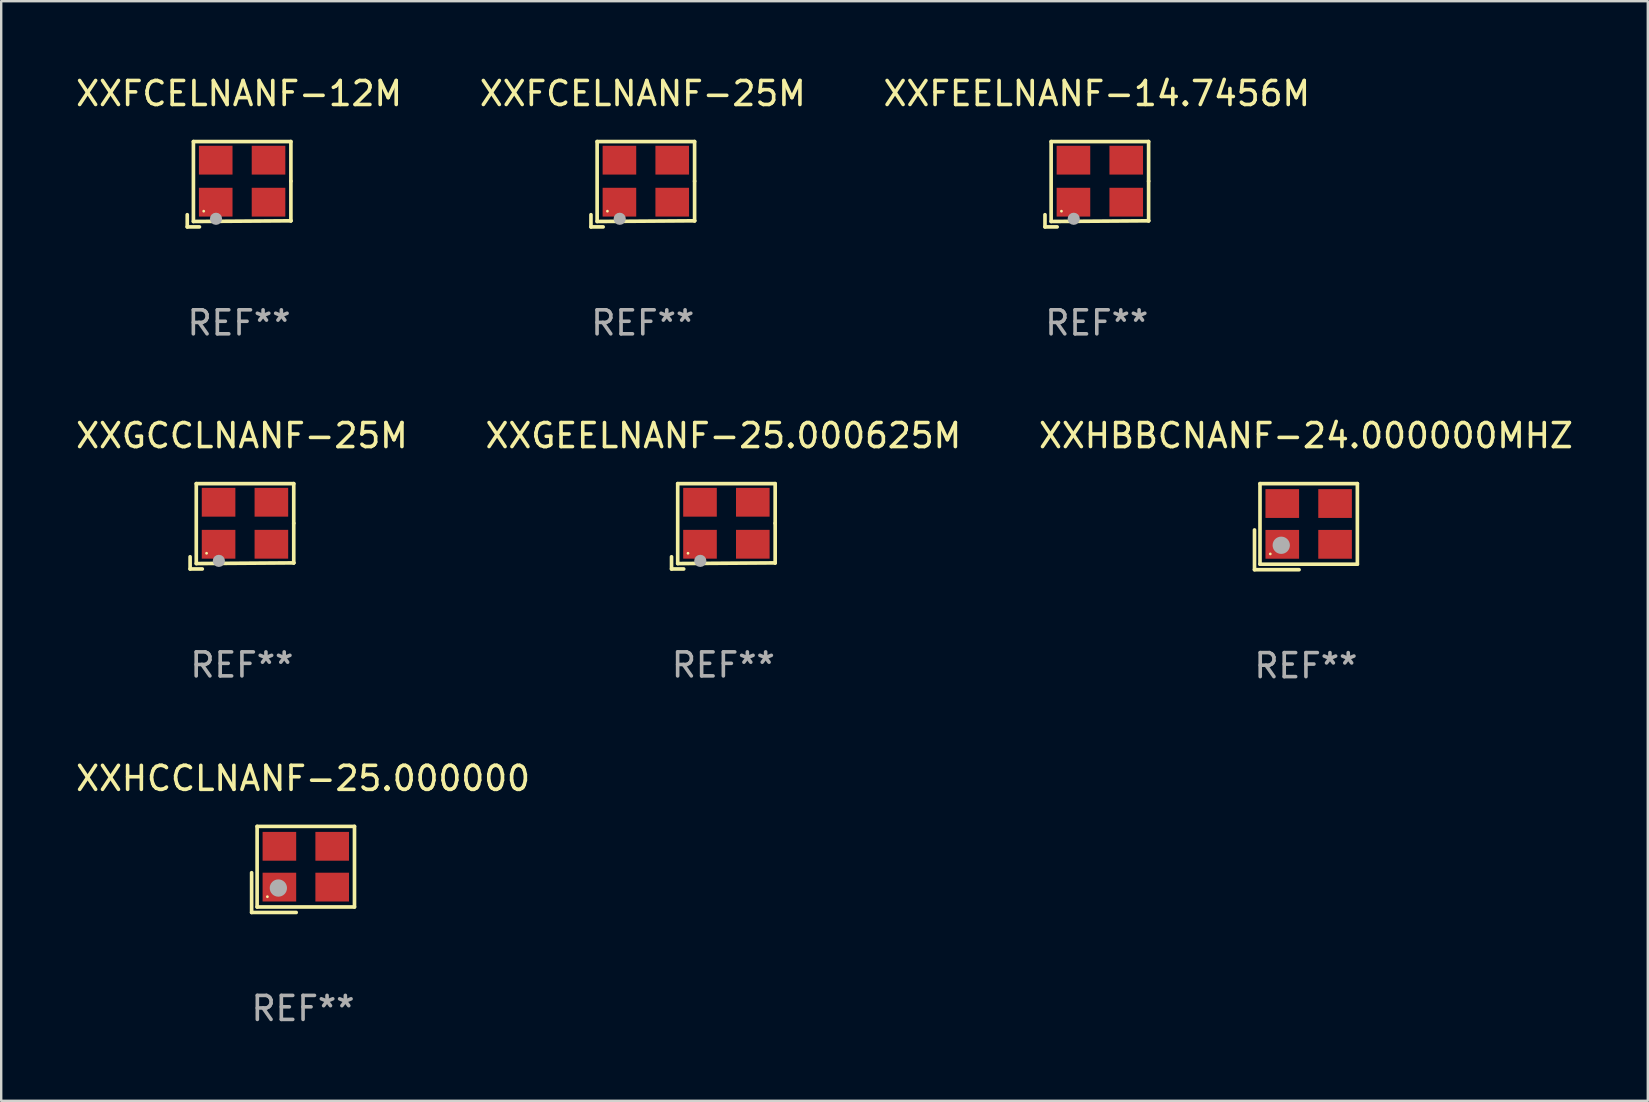
<source format=kicad_pcb>
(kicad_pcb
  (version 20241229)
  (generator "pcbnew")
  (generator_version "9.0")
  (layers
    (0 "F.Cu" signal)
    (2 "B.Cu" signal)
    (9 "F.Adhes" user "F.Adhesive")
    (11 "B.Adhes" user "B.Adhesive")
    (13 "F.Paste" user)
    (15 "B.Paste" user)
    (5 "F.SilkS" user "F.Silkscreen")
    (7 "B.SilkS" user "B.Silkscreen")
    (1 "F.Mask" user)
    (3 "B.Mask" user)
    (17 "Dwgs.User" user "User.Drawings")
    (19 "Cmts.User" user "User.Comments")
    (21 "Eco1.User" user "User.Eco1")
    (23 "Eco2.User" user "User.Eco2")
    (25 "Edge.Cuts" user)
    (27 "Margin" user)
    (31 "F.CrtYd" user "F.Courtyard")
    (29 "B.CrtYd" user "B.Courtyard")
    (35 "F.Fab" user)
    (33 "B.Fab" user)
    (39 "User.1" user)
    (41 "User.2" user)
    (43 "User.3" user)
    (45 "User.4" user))
  (footprint "XXFCELNANF-12M"
    (layer "F.Cu")
    (at 6.911 4.626)
    (property "Reference" "XXFCELNANF-12M" (at 0 -3.778 0) (layer "F.SilkS") (effects (font (size 1 1) (thickness 0.15))))
    (attr through_hole)
    (fp_line (start -2.159 1.27) (end -2.159 1.778) (stroke (width 0.152) (type solid)) (layer "F.SilkS"))
    (fp_line (start -2.159 1.778) (end -1.651 1.778) (stroke (width 0.152) (type solid)) (layer "F.SilkS"))
    (fp_line (start -1.902 -1.778) (end 2.159 -1.778) (stroke (width 0.152) (type solid)) (layer "F.SilkS"))
    (fp_line (start -1.902 1.552) (end -1.902 -1.778) (stroke (width 0.152) (type solid)) (layer "F.SilkS"))
    (fp_line (start 2.159 -1.778) (end 2.159 -0.127) (stroke (width 0.152) (type solid)) (layer "F.SilkS"))
    (fp_line (start 2.159 -0.127) (end 2.159 1.524) (stroke (width 0.152) (type solid)) (layer "F.SilkS"))
    (fp_line (start 2.159 1.524) (end -1.902 1.552) (stroke (width 0.152) (type solid)) (layer "F.SilkS"))
    (fp_line (start 2.159 1.524) (end 2.159 1.524) (stroke (width 0.152) (type solid)) (layer "F.SilkS"))
    (fp_circle (center -1.473 1.123) (end -1.443 1.123) (stroke (width 0.06) (type solid)) (fill no) (layer "F.SilkS"))
    (fp_circle (center -0.961 1.44) (end -0.834 1.44) (stroke (width 0.254) (type solid)) (fill no) (layer "F.Fab"))
    (fp_text user "REF**" (at 0 5.778 0) (layer "F.Fab") (effects (font (size 1 1) (thickness 0.15))))
    (pad "1" smd rect (at -0.973 0.748) (size 1.4 1.2) (layers "F.Cu" "F.Mask" "F.Paste"))
    (pad "2" smd rect (at 1.227 0.748) (size 1.4 1.2) (layers "F.Cu" "F.Mask" "F.Paste"))
    (pad "3" smd rect (at 1.227 -1.002) (size 1.4 1.2) (layers "F.Cu" "F.Mask" "F.Paste"))
    (pad "4" smd rect (at -0.973 -1.002) (size 1.4 1.2) (layers "F.Cu" "F.Mask" "F.Paste")))
  (footprint "XXFCELNANF-25M"
    (layer "F.Cu")
    (at 23.732 4.626)
    (property "Reference" "XXFCELNANF-25M" (at 0 -3.778 0) (layer "F.SilkS") (effects (font (size 1 1) (thickness 0.15))))
    (attr through_hole)
    (fp_line (start -2.159 1.27) (end -2.159 1.778) (stroke (width 0.152) (type solid)) (layer "F.SilkS"))
    (fp_line (start -2.159 1.778) (end -1.651 1.778) (stroke (width 0.152) (type solid)) (layer "F.SilkS"))
    (fp_line (start -1.902 -1.778) (end 2.159 -1.778) (stroke (width 0.152) (type solid)) (layer "F.SilkS"))
    (fp_line (start -1.902 1.552) (end -1.902 -1.778) (stroke (width 0.152) (type solid)) (layer "F.SilkS"))
    (fp_line (start 2.159 -1.778) (end 2.159 -0.127) (stroke (width 0.152) (type solid)) (layer "F.SilkS"))
    (fp_line (start 2.159 -0.127) (end 2.159 1.524) (stroke (width 0.152) (type solid)) (layer "F.SilkS"))
    (fp_line (start 2.159 1.524) (end -1.902 1.552) (stroke (width 0.152) (type solid)) (layer "F.SilkS"))
    (fp_line (start 2.159 1.524) (end 2.159 1.524) (stroke (width 0.152) (type solid)) (layer "F.SilkS"))
    (fp_circle (center -1.473 1.123) (end -1.443 1.123) (stroke (width 0.06) (type solid)) (fill no) (layer "F.SilkS"))
    (fp_circle (center -0.961 1.44) (end -0.834 1.44) (stroke (width 0.254) (type solid)) (fill no) (layer "F.Fab"))
    (fp_text user "REF**" (at 0 5.778 0) (layer "F.Fab") (effects (font (size 1 1) (thickness 0.15))))
    (pad "1" smd rect (at -0.973 0.748) (size 1.4 1.2) (layers "F.Cu" "F.Mask" "F.Paste"))
    (pad "2" smd rect (at 1.227 0.748) (size 1.4 1.2) (layers "F.Cu" "F.Mask" "F.Paste"))
    (pad "3" smd rect (at 1.227 -1.002) (size 1.4 1.2) (layers "F.Cu" "F.Mask" "F.Paste"))
    (pad "4" smd rect (at -0.973 -1.002) (size 1.4 1.2) (layers "F.Cu" "F.Mask" "F.Paste")))
  (footprint "XXGEELNANF-25.000625M"
    (layer "F.Cu")
    (at 27.089 18.879)
    (property "Reference" "XXGEELNANF-25.000625M" (at 0 -3.778 0) (layer "F.SilkS") (effects (font (size 1 1) (thickness 0.15))))
    (attr through_hole)
    (fp_line (start -2.159 1.27) (end -2.159 1.778) (stroke (width 0.152) (type solid)) (layer "F.SilkS"))
    (fp_line (start -2.159 1.778) (end -1.651 1.778) (stroke (width 0.152) (type solid)) (layer "F.SilkS"))
    (fp_line (start -1.902 -1.778) (end 2.159 -1.778) (stroke (width 0.152) (type solid)) (layer "F.SilkS"))
    (fp_line (start -1.902 1.552) (end -1.902 -1.778) (stroke (width 0.152) (type solid)) (layer "F.SilkS"))
    (fp_line (start 2.159 -1.778) (end 2.159 -0.127) (stroke (width 0.152) (type solid)) (layer "F.SilkS"))
    (fp_line (start 2.159 -0.127) (end 2.159 1.524) (stroke (width 0.152) (type solid)) (layer "F.SilkS"))
    (fp_line (start 2.159 1.524) (end -1.902 1.552) (stroke (width 0.152) (type solid)) (layer "F.SilkS"))
    (fp_line (start 2.159 1.524) (end 2.159 1.524) (stroke (width 0.152) (type solid)) (layer "F.SilkS"))
    (fp_circle (center -1.473 1.123) (end -1.443 1.123) (stroke (width 0.06) (type solid)) (fill no) (layer "F.SilkS"))
    (fp_circle (center -0.961 1.44) (end -0.834 1.44) (stroke (width 0.254) (type solid)) (fill no) (layer "F.Fab"))
    (fp_text user "REF**" (at 0 5.778 0) (layer "F.Fab") (effects (font (size 1 1) (thickness 0.15))))
    (pad "1" smd rect (at -0.973 0.748) (size 1.4 1.2) (layers "F.Cu" "F.Mask" "F.Paste"))
    (pad "2" smd rect (at 1.227 0.748) (size 1.4 1.2) (layers "F.Cu" "F.Mask" "F.Paste"))
    (pad "3" smd rect (at 1.227 -1.002) (size 1.4 1.2) (layers "F.Cu" "F.Mask" "F.Paste"))
    (pad "4" smd rect (at -0.973 -1.002) (size 1.4 1.2) (layers "F.Cu" "F.Mask" "F.Paste")))
  (footprint "XXHBBCNANF-24.000000MHZ"
    (layer "F.Cu")
    (at 51.363 18.894)
    (property "Reference" "XXHBBCNANF-24.000000MHZ" (at 0 -3.793 0) (layer "F.SilkS") (effects (font (size 1 1) (thickness 0.15))))
    (attr through_hole)
    (fp_line (start -2.143 0.136) (end -2.143 1.793) (stroke (width 0.152) (type solid)) (layer "F.SilkS"))
    (fp_line (start -2.143 1.793) (end -0.286 1.793) (stroke (width 0.152) (type solid)) (layer "F.SilkS"))
    (fp_line (start -1.914 -1.793) (end 2.143 -1.793) (stroke (width 0.152) (type solid)) (layer "F.SilkS"))
    (fp_line (start -1.914 1.564) (end -1.914 -1.793) (stroke (width 0.152) (type solid)) (layer "F.SilkS"))
    (fp_line (start 2.143 -1.793) (end 2.143 1.564) (stroke (width 0.152) (type solid)) (layer "F.SilkS"))
    (fp_line (start 2.143 1.564) (end -1.914 1.564) (stroke (width 0.152) (type solid)) (layer "F.SilkS"))
    (fp_circle (center -1.486 1.136) (end -1.456 1.136) (stroke (width 0.06) (type solid)) (fill no) (layer "F.SilkS"))
    (fp_circle (center -1.029 0.775) (end -0.849 0.775) (stroke (width 0.36) (type solid)) (fill no) (layer "F.Fab"))
    (fp_text user "REF**" (at 0 5.793 0) (layer "F.Fab") (effects (font (size 1 1) (thickness 0.15))))
    (pad "1" smd rect (at -0.986 0.736) (size 1.4 1.2) (layers "F.Cu" "F.Mask" "F.Paste"))
    (pad "2" smd rect (at 1.214 0.736) (size 1.4 1.2) (layers "F.Cu" "F.Mask" "F.Paste"))
    (pad "3" smd rect (at 1.214 -0.964) (size 1.4 1.2) (layers "F.Cu" "F.Mask" "F.Paste"))
    (pad "4" smd rect (at -0.986 -0.964) (size 1.4 1.2) (layers "F.Cu" "F.Mask" "F.Paste")))
  (footprint "XXGCCLNANF-25M"
    (layer "F.Cu")
    (at 7.03 18.879)
    (property "Reference" "XXGCCLNANF-25M" (at 0 -3.778 0) (layer "F.SilkS") (effects (font (size 1 1) (thickness 0.15))))
    (attr through_hole)
    (fp_line (start -2.159 1.27) (end -2.159 1.778) (stroke (width 0.152) (type solid)) (layer "F.SilkS"))
    (fp_line (start -2.159 1.778) (end -1.651 1.778) (stroke (width 0.152) (type solid)) (layer "F.SilkS"))
    (fp_line (start -1.902 -1.778) (end 2.159 -1.778) (stroke (width 0.152) (type solid)) (layer "F.SilkS"))
    (fp_line (start -1.902 1.552) (end -1.902 -1.778) (stroke (width 0.152) (type solid)) (layer "F.SilkS"))
    (fp_line (start 2.159 -1.778) (end 2.159 -0.127) (stroke (width 0.152) (type solid)) (layer "F.SilkS"))
    (fp_line (start 2.159 -0.127) (end 2.159 1.524) (stroke (width 0.152) (type solid)) (layer "F.SilkS"))
    (fp_line (start 2.159 1.524) (end -1.902 1.552) (stroke (width 0.152) (type solid)) (layer "F.SilkS"))
    (fp_line (start 2.159 1.524) (end 2.159 1.524) (stroke (width 0.152) (type solid)) (layer "F.SilkS"))
    (fp_circle (center -1.473 1.123) (end -1.443 1.123) (stroke (width 0.06) (type solid)) (fill no) (layer "F.SilkS"))
    (fp_circle (center -0.961 1.44) (end -0.834 1.44) (stroke (width 0.254) (type solid)) (fill no) (layer "F.Fab"))
    (fp_text user "REF**" (at 0 5.778 0) (layer "F.Fab") (effects (font (size 1 1) (thickness 0.15))))
    (pad "1" smd rect (at -0.973 0.748) (size 1.4 1.2) (layers "F.Cu" "F.Mask" "F.Paste"))
    (pad "2" smd rect (at 1.227 0.748) (size 1.4 1.2) (layers "F.Cu" "F.Mask" "F.Paste"))
    (pad "3" smd rect (at 1.227 -1.002) (size 1.4 1.2) (layers "F.Cu" "F.Mask" "F.Paste"))
    (pad "4" smd rect (at -0.973 -1.002) (size 1.4 1.2) (layers "F.Cu" "F.Mask" "F.Paste")))
  (footprint "XXHCCLNANF-25.000000"
    (layer "F.Cu")
    (at 9.577 33.176)
    (property "Reference" "XXHCCLNANF-25.000000" (at 0 -3.793 0) (layer "F.SilkS") (effects (font (size 1 1) (thickness 0.15))))
    (attr through_hole)
    (fp_line (start -2.143 0.136) (end -2.143 1.793) (stroke (width 0.152) (type solid)) (layer "F.SilkS"))
    (fp_line (start -2.143 1.793) (end -0.286 1.793) (stroke (width 0.152) (type solid)) (layer "F.SilkS"))
    (fp_line (start -1.914 -1.793) (end 2.143 -1.793) (stroke (width 0.152) (type solid)) (layer "F.SilkS"))
    (fp_line (start -1.914 1.564) (end -1.914 -1.793) (stroke (width 0.152) (type solid)) (layer "F.SilkS"))
    (fp_line (start 2.143 -1.793) (end 2.143 1.564) (stroke (width 0.152) (type solid)) (layer "F.SilkS"))
    (fp_line (start 2.143 1.564) (end -1.914 1.564) (stroke (width 0.152) (type solid)) (layer "F.SilkS"))
    (fp_circle (center -1.486 1.136) (end -1.456 1.136) (stroke (width 0.06) (type solid)) (fill no) (layer "F.SilkS"))
    (fp_circle (center -1.029 0.775) (end -0.849 0.775) (stroke (width 0.36) (type solid)) (fill no) (layer "F.Fab"))
    (fp_text user "REF**" (at 0 5.793 0) (layer "F.Fab") (effects (font (size 1 1) (thickness 0.15))))
    (pad "1" smd rect (at -0.986 0.736) (size 1.4 1.2) (layers "F.Cu" "F.Mask" "F.Paste"))
    (pad "2" smd rect (at 1.214 0.736) (size 1.4 1.2) (layers "F.Cu" "F.Mask" "F.Paste"))
    (pad "3" smd rect (at 1.214 -0.964) (size 1.4 1.2) (layers "F.Cu" "F.Mask" "F.Paste"))
    (pad "4" smd rect (at -0.986 -0.964) (size 1.4 1.2) (layers "F.Cu" "F.Mask" "F.Paste")))
  (footprint "XXFEELNANF-14.7456M"
    (layer "F.Cu")
    (at 42.649 4.626)
    (property "Reference" "XXFEELNANF-14.7456M" (at 0 -3.778 0) (layer "F.SilkS") (effects (font (size 1 1) (thickness 0.15))))
    (attr through_hole)
    (fp_line (start -2.159 1.27) (end -2.159 1.778) (stroke (width 0.152) (type solid)) (layer "F.SilkS"))
    (fp_line (start -2.159 1.778) (end -1.651 1.778) (stroke (width 0.152) (type solid)) (layer "F.SilkS"))
    (fp_line (start -1.902 -1.778) (end 2.159 -1.778) (stroke (width 0.152) (type solid)) (layer "F.SilkS"))
    (fp_line (start -1.902 1.552) (end -1.902 -1.778) (stroke (width 0.152) (type solid)) (layer "F.SilkS"))
    (fp_line (start 2.159 -1.778) (end 2.159 -0.127) (stroke (width 0.152) (type solid)) (layer "F.SilkS"))
    (fp_line (start 2.159 -0.127) (end 2.159 1.524) (stroke (width 0.152) (type solid)) (layer "F.SilkS"))
    (fp_line (start 2.159 1.524) (end -1.902 1.552) (stroke (width 0.152) (type solid)) (layer "F.SilkS"))
    (fp_line (start 2.159 1.524) (end 2.159 1.524) (stroke (width 0.152) (type solid)) (layer "F.SilkS"))
    (fp_circle (center -1.473 1.123) (end -1.443 1.123) (stroke (width 0.06) (type solid)) (fill no) (layer "F.SilkS"))
    (fp_circle (center -0.961 1.44) (end -0.834 1.44) (stroke (width 0.254) (type solid)) (fill no) (layer "F.Fab"))
    (fp_text user "REF**" (at 0 5.778 0) (layer "F.Fab") (effects (font (size 1 1) (thickness 0.15))))
    (pad "1" smd rect (at -0.973 0.748) (size 1.4 1.2) (layers "F.Cu" "F.Mask" "F.Paste"))
    (pad "2" smd rect (at 1.227 0.748) (size 1.4 1.2) (layers "F.Cu" "F.Mask" "F.Paste"))
    (pad "3" smd rect (at 1.227 -1.002) (size 1.4 1.2) (layers "F.Cu" "F.Mask" "F.Paste"))
    (pad "4" smd rect (at -0.973 -1.002) (size 1.4 1.2) (layers "F.Cu" "F.Mask" "F.Paste")))
  (gr_rect
    (start -3 -3)
    (end 65.607 42.817)
    (stroke (width 0.1) (type default))
    (fill no)
    (layer "Edge.Cuts")))
</source>
